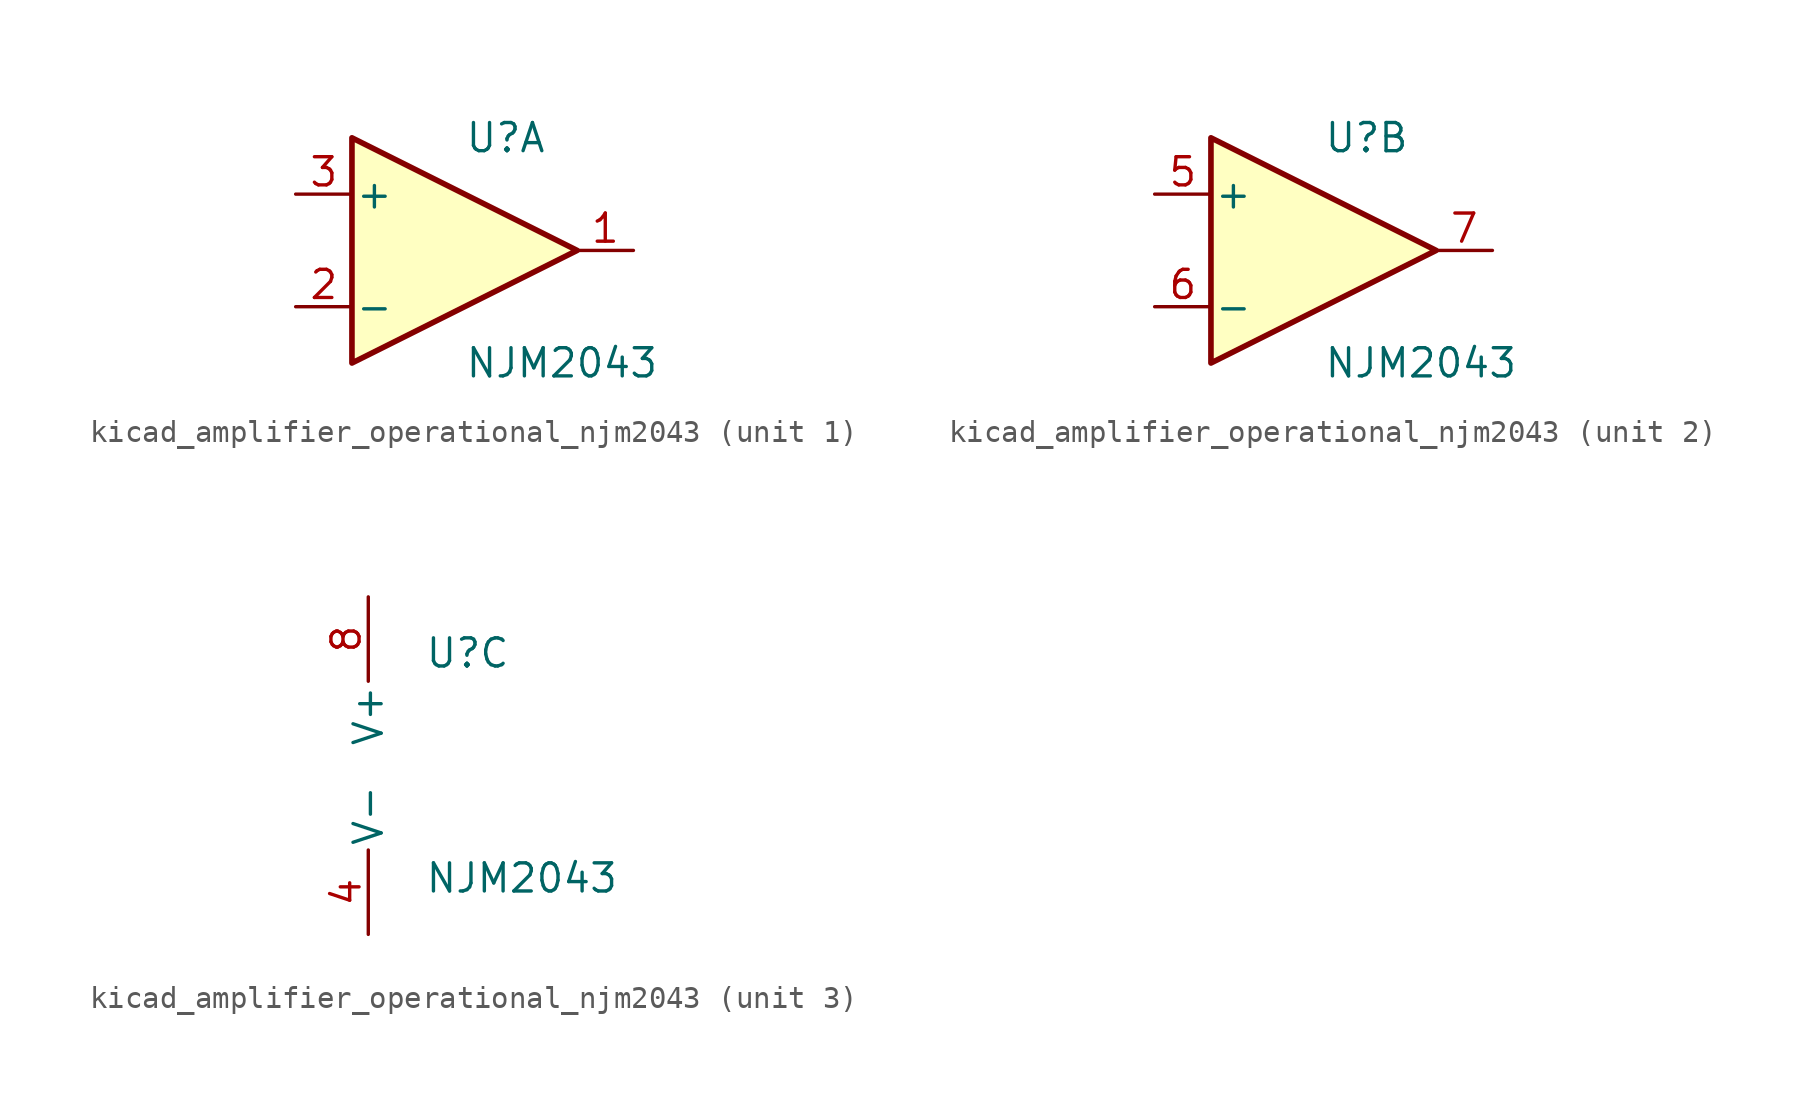
<source format=kicad_sym>
(kicad_symbol_lib
  (version 20220914)
  (generator kicad_symbol_editor)
  (symbol "kicad_amplifier_operational_njm2043"
    (pin_names
      (offset 0.127))
    (property "Reference" "U"
      (at 0 5.08 0)
      (effects (font (size 1.27 1.27)) (justify left)))
    (property "Value" "NJM2043"
      (at 0 -5.08 0)
      (effects (font (size 1.27 1.27)) (justify left)))
    (property "ki_locked" ""
      (at 0 0 0)
      (effects (font (size 1.27 1.27))))
    (symbol "kicad_amplifier_operational_njm2043_1_1"
      (polyline (pts (xy -5.08 5.08) (xy 5.08 0) (xy -5.08 -5.08) (xy -5.08 5.08)) (stroke (width 0.254) (type default)) (fill (type background)))
      (pin output line (at 7.62 0 180) (length 2.54) (name "~" (effects (font (size 1.27 1.27)))) (number "1" (effects (font (size 1.27 1.27)))))
      (pin input line (at -7.62 -2.54 0) (length 2.54) (name "-" (effects (font (size 1.27 1.27)))) (number "2" (effects (font (size 1.27 1.27)))))
      (pin input line (at -7.62 2.54 0) (length 2.54) (name "+" (effects (font (size 1.27 1.27)))) (number "3" (effects (font (size 1.27 1.27))))))
    (symbol "kicad_amplifier_operational_njm2043_2_1"
      (polyline (pts (xy -5.08 5.08) (xy 5.08 0) (xy -5.08 -5.08) (xy -5.08 5.08)) (stroke (width 0.254) (type default)) (fill (type background)))
      (pin input line (at -7.62 2.54 0) (length 2.54) (name "+" (effects (font (size 1.27 1.27)))) (number "5" (effects (font (size 1.27 1.27)))))
      (pin input line (at -7.62 -2.54 0) (length 2.54) (name "-" (effects (font (size 1.27 1.27)))) (number "6" (effects (font (size 1.27 1.27)))))
      (pin output line (at 7.62 0 180) (length 2.54) (name "~" (effects (font (size 1.27 1.27)))) (number "7" (effects (font (size 1.27 1.27))))))
    (symbol "kicad_amplifier_operational_njm2043_3_1"
      (pin power_in line (at -2.54 -7.62 90) (length 3.81) (name "V-" (effects (font (size 1.27 1.27)))) (number "4" (effects (font (size 1.27 1.27)))))
      (pin power_in line (at -2.54 7.62 270) (length 3.81) (name "V+" (effects (font (size 1.27 1.27)))) (number "8" (effects (font (size 1.27 1.27))))))))
</source>
